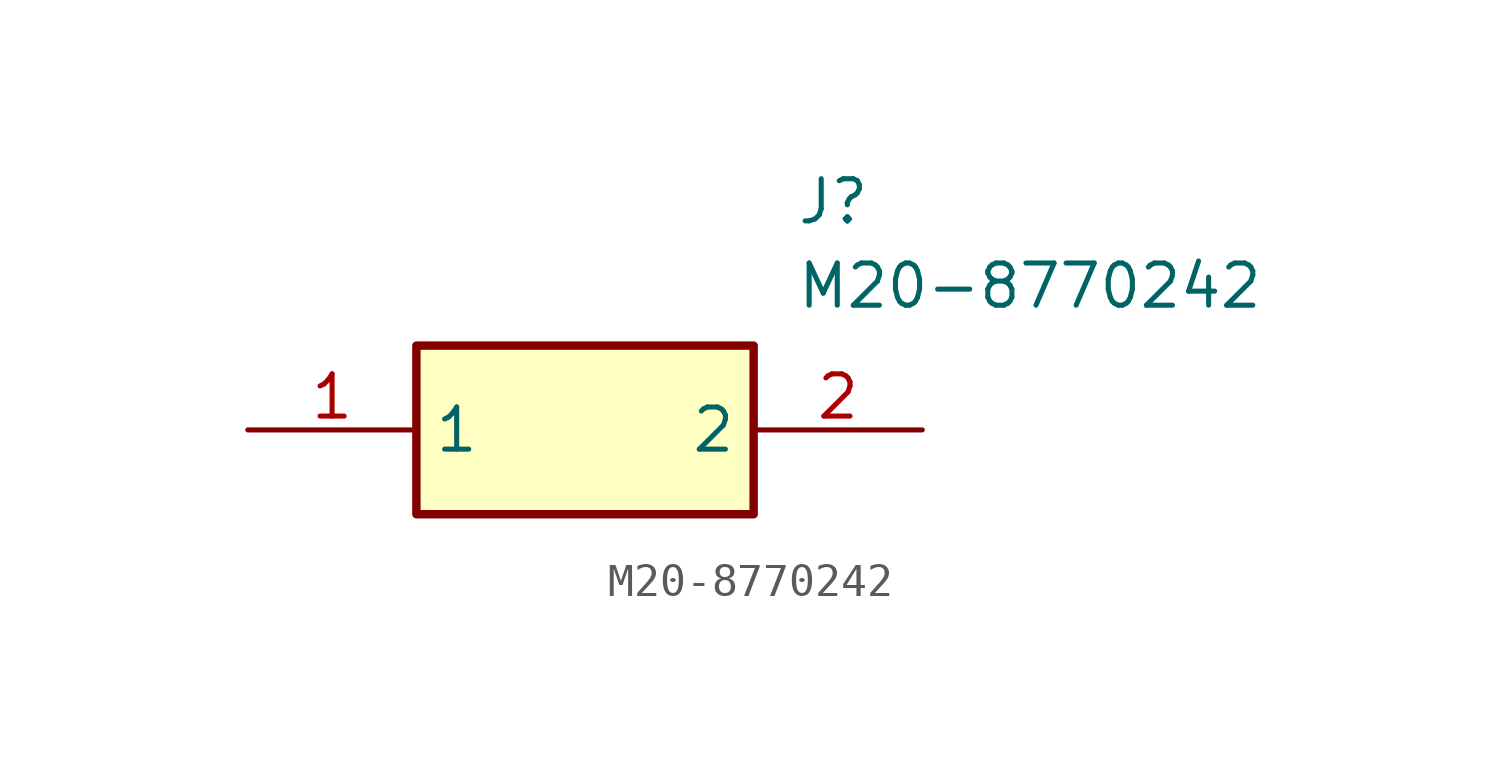
<source format=kicad_sym>
(kicad_symbol_lib
  (version 20211014)
  (generator SamacSys_ECAD_Model)
  (symbol "M20-8770242"
    (property "Reference" "J"
      (at 16.51 7.62 0)
      (effects (font (size 1.27 1.27)) (justify left top)))
    (property "Value" "M20-8770242"
      (at 16.51 5.08 0)
      (effects (font (size 1.27 1.27)) (justify left top)))
    (rectangle
      (start 5.08 2.54)
      (end 15.24 -2.54)
      (stroke (width 0.254) (type default))
      (fill (type background)))
    (pin passive line
      (at 0 0 0)
      (length 5.08)
      (name "1" (effects (font (size 1.27 1.27))))
      (number "1" (effects (font (size 1.27 1.27)))))
    (pin passive line
      (at 20.32 0 180)
      (length 5.08)
      (name "2" (effects (font (size 1.27 1.27))))
      (number "2" (effects (font (size 1.27 1.27)))))))
</source>
